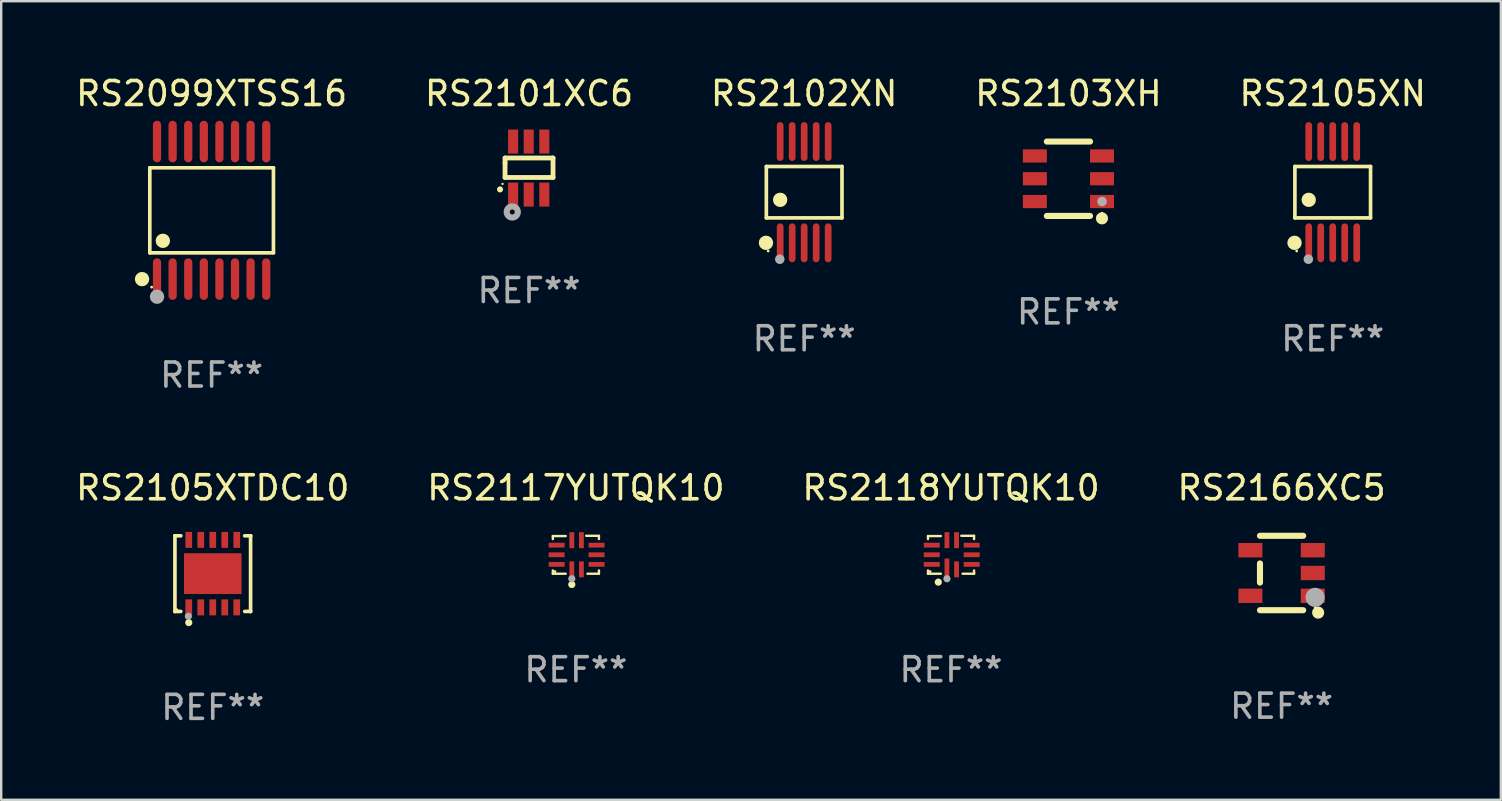
<source format=kicad_pcb>
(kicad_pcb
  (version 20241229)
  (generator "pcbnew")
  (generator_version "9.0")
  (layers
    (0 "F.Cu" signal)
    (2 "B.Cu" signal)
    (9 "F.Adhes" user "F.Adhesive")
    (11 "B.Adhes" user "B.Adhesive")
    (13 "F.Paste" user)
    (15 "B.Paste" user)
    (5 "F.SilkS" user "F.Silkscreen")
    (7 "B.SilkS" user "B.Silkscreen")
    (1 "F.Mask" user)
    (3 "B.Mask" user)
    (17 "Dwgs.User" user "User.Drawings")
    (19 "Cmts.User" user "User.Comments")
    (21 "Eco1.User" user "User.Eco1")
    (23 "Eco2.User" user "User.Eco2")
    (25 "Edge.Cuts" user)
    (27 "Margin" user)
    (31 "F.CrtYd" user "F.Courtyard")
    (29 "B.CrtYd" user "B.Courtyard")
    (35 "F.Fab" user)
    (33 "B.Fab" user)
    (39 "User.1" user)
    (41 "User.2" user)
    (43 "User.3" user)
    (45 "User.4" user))
  (footprint "RS2099XTSS16"
    (layer "F.Cu")
    (at 5.768 5.714)
    (property "Reference" "RS2099XTSS16" (at 0 -4.866 0) (layer "F.SilkS") (effects (font (size 1 1) (thickness 0.15))))
    (attr through_hole)
    (fp_line (start -2.576 -1.772) (end 2.576 -1.772) (stroke (width 0.152) (type solid)) (layer "F.SilkS"))
    (fp_line (start -2.576 1.771) (end -2.576 -1.772) (stroke (width 0.152) (type solid)) (layer "F.SilkS"))
    (fp_line (start 2.576 -1.772) (end 2.576 1.771) (stroke (width 0.152) (type solid)) (layer "F.SilkS"))
    (fp_line (start 2.576 1.771) (end -2.576 1.771) (stroke (width 0.152) (type solid)) (layer "F.SilkS"))
    (fp_circle (center -2.899 2.866) (end -2.749 2.866) (stroke (width 0.3) (type solid)) (fill no) (layer "F.SilkS"))
    (fp_circle (center -2.5 3.2) (end -2.47 3.2) (stroke (width 0.06) (type solid)) (fill no) (layer "F.SilkS"))
    (fp_circle (center -2.032 1.27) (end -1.882 1.27) (stroke (width 0.3) (type solid)) (fill no) (layer "F.SilkS"))
    (fp_circle (center -2.275 3.6) (end -2.125 3.6) (stroke (width 0.3) (type solid)) (fill no) (layer "F.Fab"))
    (fp_text user "REF**" (at 0 6.866 0) (layer "F.Fab") (effects (font (size 1 1) (thickness 0.15))))
    (pad "1" smd oval (at -2.275 2.866) (size 0.343 1.731) (layers "F.Cu" "F.Mask" "F.Paste"))
    (pad "2" smd oval (at -1.625 2.866) (size 0.343 1.731) (layers "F.Cu" "F.Mask" "F.Paste"))
    (pad "3" smd oval (at -0.975 2.866) (size 0.343 1.731) (layers "F.Cu" "F.Mask" "F.Paste"))
    (pad "4" smd oval (at -0.325 2.866) (size 0.343 1.731) (layers "F.Cu" "F.Mask" "F.Paste"))
    (pad "5" smd oval (at 0.325 2.866) (size 0.343 1.731) (layers "F.Cu" "F.Mask" "F.Paste"))
    (pad "6" smd oval (at 0.975 2.866) (size 0.343 1.731) (layers "F.Cu" "F.Mask" "F.Paste"))
    (pad "7" smd oval (at 1.625 2.866) (size 0.343 1.731) (layers "F.Cu" "F.Mask" "F.Paste"))
    (pad "8" smd oval (at 2.275 2.866) (size 0.343 1.731) (layers "F.Cu" "F.Mask" "F.Paste"))
    (pad "9" smd oval (at 2.275 -2.866) (size 0.343 1.731) (layers "F.Cu" "F.Mask" "F.Paste"))
    (pad "10" smd oval (at 1.625 -2.866) (size 0.343 1.731) (layers "F.Cu" "F.Mask" "F.Paste"))
    (pad "11" smd oval (at 0.975 -2.866) (size 0.343 1.731) (layers "F.Cu" "F.Mask" "F.Paste"))
    (pad "12" smd oval (at 0.325 -2.866) (size 0.343 1.731) (layers "F.Cu" "F.Mask" "F.Paste"))
    (pad "13" smd oval (at -0.325 -2.866) (size 0.343 1.731) (layers "F.Cu" "F.Mask" "F.Paste"))
    (pad "14" smd oval (at -0.975 -2.866) (size 0.343 1.731) (layers "F.Cu" "F.Mask" "F.Paste"))
    (pad "15" smd oval (at -1.625 -2.866) (size 0.343 1.731) (layers "F.Cu" "F.Mask" "F.Paste"))
    (pad "16" smd oval (at -2.275 -2.866) (size 0.343 1.731) (layers "F.Cu" "F.Mask" "F.Paste")))
  (footprint "RS2117YUTQK10"
    (layer "F.Cu")
    (at 20.946 20.066)
    (property "Reference" "RS2117YUTQK10" (at 0 -2.79 0) (layer "F.SilkS") (effects (font (size 1 1) (thickness 0.15))))
    (attr through_hole)
    (fp_line (start -0.96 -0.78) (end -0.424 -0.78) (stroke (width 0.1) (type solid)) (layer "F.SilkS"))
    (fp_line (start -0.96 -0.654) (end -0.96 -0.78) (stroke (width 0.1) (type solid)) (layer "F.SilkS"))
    (fp_line (start -0.96 0.79) (end -0.96 0.654) (stroke (width 0.1) (type solid)) (layer "F.SilkS"))
    (fp_line (start -0.424 0.79) (end -0.96 0.79) (stroke (width 0.1) (type solid)) (layer "F.SilkS"))
    (fp_line (start 0.43 -0.79) (end 0.96 -0.79) (stroke (width 0.1) (type solid)) (layer "F.SilkS"))
    (fp_line (start 0.96 -0.79) (end 0.96 -0.654) (stroke (width 0.1) (type solid)) (layer "F.SilkS"))
    (fp_line (start 0.96 0.654) (end 0.96 0.76) (stroke (width 0.1) (type solid)) (layer "F.SilkS"))
    (fp_line (start 0.96 0.76) (end 0.96 0.79) (stroke (width 0.1) (type solid)) (layer "F.SilkS"))
    (fp_line (start 0.96 0.79) (end 0.484 0.79) (stroke (width 0.1) (type solid)) (layer "F.SilkS"))
    (fp_circle (center -0.87 0.7) (end -0.84 0.7) (stroke (width 0.06) (type solid)) (fill no) (layer "F.SilkS"))
    (fp_circle (center -0.17 1.24) (end -0.095 1.24) (stroke (width 0.15) (type solid)) (fill no) (layer "F.SilkS"))
    (fp_circle (center -0.17 1) (end -0.095 1) (stroke (width 0.15) (type solid)) (fill no) (layer "F.Fab"))
    (fp_text user "REF**" (at 0 4.79 0) (layer "F.Fab") (effects (font (size 1 1) (thickness 0.15))))
    (pad "1" smd rect (at -0.17 0.608) (size 0.2 0.665) (layers "F.Cu" "F.Mask" "F.Paste"))
    (pad "2" smd rect (at 0.23 0.608) (size 0.2 0.665) (layers "F.Cu" "F.Mask" "F.Paste"))
    (pad "3" smd rect (at 0.862 0.4) (size 0.665 0.2) (layers "F.Cu" "F.Mask" "F.Paste"))
    (pad "4" smd rect (at 0.862 0) (size 0.665 0.2) (layers "F.Cu" "F.Mask" "F.Paste"))
    (pad "5" smd rect (at 0.862 -0.4) (size 0.665 0.2) (layers "F.Cu" "F.Mask" "F.Paste"))
    (pad "6" smd rect (at 0.23 -0.608) (size 0.2 0.665) (layers "F.Cu" "F.Mask" "F.Paste"))
    (pad "7" smd rect (at -0.17 -0.608) (size 0.2 0.665) (layers "F.Cu" "F.Mask" "F.Paste"))
    (pad "8" smd rect (at -0.802 -0.4) (size 0.665 0.2) (layers "F.Cu" "F.Mask" "F.Paste"))
    (pad "9" smd rect (at -0.802 0) (size 0.665 0.2) (layers "F.Cu" "F.Mask" "F.Paste"))
    (pad "10" smd rect (at -0.802 0.4) (size 0.665 0.2) (layers "F.Cu" "F.Mask" "F.Paste")))
  (footprint "RS2118YUTQK10"
    (layer "F.Cu")
    (at 36.577 20.066)
    (property "Reference" "RS2118YUTQK10" (at 0 -2.79 0) (layer "F.SilkS") (effects (font (size 1 1) (thickness 0.15))))
    (attr through_hole)
    (fp_line (start -0.96 -0.78) (end -0.424 -0.78) (stroke (width 0.1) (type solid)) (layer "F.SilkS"))
    (fp_line (start -0.96 -0.654) (end -0.96 -0.78) (stroke (width 0.1) (type solid)) (layer "F.SilkS"))
    (fp_line (start -0.96 0.79) (end -0.96 0.654) (stroke (width 0.1) (type solid)) (layer "F.SilkS"))
    (fp_line (start -0.424 0.79) (end -0.96 0.79) (stroke (width 0.1) (type solid)) (layer "F.SilkS"))
    (fp_line (start 0.43 -0.79) (end 0.96 -0.79) (stroke (width 0.1) (type solid)) (layer "F.SilkS"))
    (fp_line (start 0.96 -0.79) (end 0.96 -0.654) (stroke (width 0.1) (type solid)) (layer "F.SilkS"))
    (fp_line (start 0.96 0.654) (end 0.96 0.76) (stroke (width 0.1) (type solid)) (layer "F.SilkS"))
    (fp_line (start 0.96 0.76) (end 0.96 0.79) (stroke (width 0.1) (type solid)) (layer "F.SilkS"))
    (fp_line (start 0.96 0.79) (end 0.484 0.79) (stroke (width 0.1) (type solid)) (layer "F.SilkS"))
    (fp_circle (center -0.87 0.7) (end -0.84 0.7) (stroke (width 0.06) (type solid)) (fill no) (layer "F.SilkS"))
    (fp_circle (center -0.53 1.14) (end -0.455 1.14) (stroke (width 0.15) (type solid)) (fill no) (layer "F.SilkS"))
    (fp_circle (center -0.17 1) (end -0.095 1) (stroke (width 0.15) (type solid)) (fill no) (layer "F.Fab"))
    (fp_text user "REF**" (at 0 4.79 0) (layer "F.Fab") (effects (font (size 1 1) (thickness 0.15))))
    (pad "1" smd rect (at -0.17 0.608) (size 0.2 0.9) (layers "F.Cu" "F.Mask" "F.Paste"))
    (pad "2" smd rect (at 0.23 0.608) (size 0.2 0.665) (layers "F.Cu" "F.Mask" "F.Paste"))
    (pad "3" smd rect (at 0.862 0.4) (size 0.665 0.2) (layers "F.Cu" "F.Mask" "F.Paste"))
    (pad "4" smd rect (at 0.862 0) (size 0.665 0.2) (layers "F.Cu" "F.Mask" "F.Paste"))
    (pad "5" smd rect (at 0.862 -0.4) (size 0.665 0.2) (layers "F.Cu" "F.Mask" "F.Paste"))
    (pad "6" smd rect (at 0.23 -0.608) (size 0.2 0.665) (layers "F.Cu" "F.Mask" "F.Paste"))
    (pad "7" smd rect (at -0.17 -0.608) (size 0.2 0.665) (layers "F.Cu" "F.Mask" "F.Paste"))
    (pad "8" smd rect (at -0.802 -0.4) (size 0.665 0.2) (layers "F.Cu" "F.Mask" "F.Paste"))
    (pad "9" smd rect (at -0.802 0) (size 0.665 0.2) (layers "F.Cu" "F.Mask" "F.Paste"))
    (pad "10" smd rect (at -0.802 0.4) (size 0.665 0.2) (layers "F.Cu" "F.Mask" "F.Paste")))
  (footprint "RS2103XH"
    (layer "F.Cu")
    (at 41.47 4.398)
    (property "Reference" "RS2103XH" (at 0 -3.55 0) (layer "F.SilkS") (effects (font (size 1 1) (thickness 0.15))))
    (attr through_hole)
    (fp_line (start -0.9 -1.55) (end 0.9 -1.55) (stroke (width 0.254) (type solid)) (layer "F.SilkS"))
    (fp_line (start -0.9 1.55) (end 0.9 1.55) (stroke (width 0.254) (type solid)) (layer "F.SilkS"))
    (fp_circle (center 1.397 1.651) (end 1.524 1.651) (stroke (width 0.254) (type solid)) (fill no) (layer "F.SilkS"))
    (fp_circle (center 1.4 1.435) (end 1.43 1.435) (stroke (width 0.06) (type solid)) (fill no) (layer "F.SilkS"))
    (fp_circle (center 1.4 0.95) (end 1.5 0.95) (stroke (width 0.2) (type solid)) (fill no) (layer "F.Fab"))
    (fp_text user "REF**" (at 0 5.55 0) (layer "F.Fab") (effects (font (size 1 1) (thickness 0.15))))
    (pad "1" smd rect (at 1.4 0.95) (size 1 0.55) (layers "F.Cu" "F.Mask" "F.Paste"))
    (pad "2" smd rect (at 1.4 -0.000102) (size 1 0.55) (layers "F.Cu" "F.Mask" "F.Paste"))
    (pad "3" smd rect (at 1.4 -0.95) (size 1 0.55) (layers "F.Cu" "F.Mask" "F.Paste"))
    (pad "4" smd rect (at -1.4 -0.95) (size 1 0.55) (layers "F.Cu" "F.Mask" "F.Paste"))
    (pad "5" smd rect (at -1.4 -0.000102) (size 1 0.55) (layers "F.Cu" "F.Mask" "F.Paste"))
    (pad "6" smd rect (at -1.4 0.95) (size 1 0.55) (layers "F.Cu" "F.Mask" "F.Paste")))
  (footprint "RS2101XC6"
    (layer "F.Cu")
    (at 18.994 3.953)
    (property "Reference" "RS2101XC6" (at 0 -3.105 0) (layer "F.SilkS") (effects (font (size 1 1) (thickness 0.15))))
    (attr through_hole)
    (fp_line (start -1 -0.419) (end -1 -0.213) (stroke (width 0.2) (type solid)) (layer "F.SilkS"))
    (fp_line (start -1 -0.213) (end -1 0.393) (stroke (width 0.2) (type solid)) (layer "F.SilkS"))
    (fp_line (start -1 0.393) (end 1 0.393) (stroke (width 0.2) (type solid)) (layer "F.SilkS"))
    (fp_line (start 1 -0.419) (end -1 -0.419) (stroke (width 0.2) (type solid)) (layer "F.SilkS"))
    (fp_line (start 1 0.393) (end 1 -0.419) (stroke (width 0.2) (type solid)) (layer "F.SilkS"))
    (fp_arc (start -1.208509 0.890272) (mid -1.208515 0.889002) (end -1.208509 0.887732) (stroke (width 0.25) (type solid)) (layer "F.SilkS"))
    (fp_circle (center -1.105 0.66) (end -1.08 0.66) (stroke (width 0.05) (type solid)) (fill no) (layer "F.SilkS"))
    (fp_circle (center -0.699 1.829) (end -0.594 1.829) (stroke (width 0.254) (type solid)) (fill no) (layer "F.Fab"))
    (fp_text user "REF**" (at 0 5.105 0) (layer "F.Fab") (effects (font (size 1 1) (thickness 0.15))))
    (pad "1" smd rect (at -0.663 1.105) (size 0.42 1) (layers "F.Cu" "F.Mask" "F.Paste"))
    (pad "2" smd rect (at -0.013 1.105) (size 0.42 1) (layers "F.Cu" "F.Mask" "F.Paste"))
    (pad "3" smd rect (at 0.637 1.105) (size 0.42 1) (layers "F.Cu" "F.Mask" "F.Paste"))
    (pad "4" smd rect (at 0.637 -1.105 180) (size 0.42 1) (layers "F.Cu" "F.Mask" "F.Paste"))
    (pad "5" smd rect (at -0.013 -1.105 180) (size 0.42 1) (layers "F.Cu" "F.Mask" "F.Paste"))
    (pad "6" smd rect (at -0.663 -1.105 180) (size 0.42 1) (layers "F.Cu" "F.Mask" "F.Paste")))
  (footprint "RS2102XN"
    (layer "F.Cu")
    (at 30.458 4.958)
    (property "Reference" "RS2102XN" (at 0 -4.11 0) (layer "F.SilkS") (effects (font (size 1 1) (thickness 0.15))))
    (attr through_hole)
    (fp_line (start -1.576 -1.071) (end 1.576 -1.071) (stroke (width 0.152) (type solid)) (layer "F.SilkS"))
    (fp_line (start -1.576 1.071) (end -1.576 -1.071) (stroke (width 0.152) (type solid)) (layer "F.SilkS"))
    (fp_line (start 1.576 -1.071) (end 1.576 1.071) (stroke (width 0.152) (type solid)) (layer "F.SilkS"))
    (fp_line (start 1.576 1.071) (end -1.576 1.071) (stroke (width 0.152) (type solid)) (layer "F.SilkS"))
    (fp_circle (center -1.592 2.11) (end -1.442 2.11) (stroke (width 0.3) (type solid)) (fill no) (layer "F.SilkS"))
    (fp_circle (center -1.5 2.45) (end -1.47 2.45) (stroke (width 0.06) (type solid)) (fill no) (layer "F.SilkS"))
    (fp_circle (center -1 0.319) (end -0.85 0.319) (stroke (width 0.3) (type solid)) (fill no) (layer "F.SilkS"))
    (fp_circle (center -1.016 2.794) (end -0.916 2.794) (stroke (width 0.2) (type solid)) (fill no) (layer "F.Fab"))
    (fp_text user "REF**" (at 0 6.11 0) (layer "F.Fab") (effects (font (size 1 1) (thickness 0.15))))
    (pad "1" smd oval (at -1 2.11) (size 0.28 1.62) (layers "F.Cu" "F.Mask" "F.Paste"))
    (pad "2" smd oval (at -0.5 2.11) (size 0.28 1.62) (layers "F.Cu" "F.Mask" "F.Paste"))
    (pad "3" smd oval (at 0 2.11) (size 0.28 1.62) (layers "F.Cu" "F.Mask" "F.Paste"))
    (pad "4" smd oval (at 0.5 2.11) (size 0.28 1.62) (layers "F.Cu" "F.Mask" "F.Paste"))
    (pad "5" smd oval (at 1 2.11) (size 0.28 1.62) (layers "F.Cu" "F.Mask" "F.Paste"))
    (pad "6" smd oval (at 1 -2.11) (size 0.28 1.62) (layers "F.Cu" "F.Mask" "F.Paste"))
    (pad "7" smd oval (at 0.5 -2.11) (size 0.28 1.62) (layers "F.Cu" "F.Mask" "F.Paste"))
    (pad "8" smd oval (at 0 -2.11) (size 0.28 1.62) (layers "F.Cu" "F.Mask" "F.Paste"))
    (pad "9" smd oval (at -0.5 -2.11) (size 0.28 1.62) (layers "F.Cu" "F.Mask" "F.Paste"))
    (pad "10" smd oval (at -1 -2.11) (size 0.28 1.62) (layers "F.Cu" "F.Mask" "F.Paste")))
  (footprint "RS2105XTDC10"
    (layer "F.Cu")
    (at 5.815 20.852)
    (property "Reference" "RS2105XTDC10" (at 0 -3.576 0) (layer "F.SilkS") (effects (font (size 1 1) (thickness 0.15))))
    (attr through_hole)
    (fp_line (start -1.576 -1.576) (end -1.576 -1.576) (stroke (width 0.152) (type solid)) (layer "F.SilkS"))
    (fp_line (start -1.576 -1.576) (end -1.331 -1.576) (stroke (width 0.152) (type solid)) (layer "F.SilkS"))
    (fp_line (start -1.576 1.576) (end -1.576 -1.576) (stroke (width 0.152) (type solid)) (layer "F.SilkS"))
    (fp_line (start -1.576 1.576) (end -1.576 1.576) (stroke (width 0.152) (type solid)) (layer "F.SilkS"))
    (fp_line (start -1.331 1.576) (end -1.576 1.576) (stroke (width 0.152) (type solid)) (layer "F.SilkS"))
    (fp_line (start 1.331 1.576) (end 1.576 1.576) (stroke (width 0.152) (type solid)) (layer "F.SilkS"))
    (fp_line (start 1.576 -1.576) (end 1.331 -1.576) (stroke (width 0.152) (type solid)) (layer "F.SilkS"))
    (fp_line (start 1.576 -1.576) (end 1.576 -1.576) (stroke (width 0.152) (type solid)) (layer "F.SilkS"))
    (fp_line (start 1.576 1.576) (end 1.576 -1.576) (stroke (width 0.152) (type solid)) (layer "F.SilkS"))
    (fp_line (start 1.576 1.576) (end 1.576 1.576) (stroke (width 0.152) (type solid)) (layer "F.SilkS"))
    (fp_circle (center -1.5 1.5) (end -1.47 1.5) (stroke (width 0.06) (type solid)) (fill no) (layer "F.SilkS"))
    (fp_circle (center -1 2.04) (end -0.925 2.04) (stroke (width 0.15) (type solid)) (fill no) (layer "F.SilkS"))
    (fp_circle (center -1.016 1.778) (end -0.941 1.778) (stroke (width 0.15) (type solid)) (fill no) (layer "F.Fab"))
    (fp_text user "REF**" (at 0 5.576 0) (layer "F.Fab") (effects (font (size 1 1) (thickness 0.15))))
    (pad "1" smd rect (at -1 1.407) (size 0.28 0.665) (layers "F.Cu" "F.Mask" "F.Paste"))
    (pad "2" smd rect (at -0.5 1.407) (size 0.28 0.665) (layers "F.Cu" "F.Mask" "F.Paste"))
    (pad "3" smd rect (at 0 1.407) (size 0.28 0.665) (layers "F.Cu" "F.Mask" "F.Paste"))
    (pad "4" smd rect (at 0.5 1.407) (size 0.28 0.665) (layers "F.Cu" "F.Mask" "F.Paste"))
    (pad "5" smd rect (at 1 1.407) (size 0.28 0.665) (layers "F.Cu" "F.Mask" "F.Paste"))
    (pad "6" smd rect (at 1 -1.407) (size 0.28 0.665) (layers "F.Cu" "F.Mask" "F.Paste"))
    (pad "7" smd rect (at 0.5 -1.407) (size 0.28 0.665) (layers "F.Cu" "F.Mask" "F.Paste"))
    (pad "8" smd rect (at 0 -1.407) (size 0.28 0.665) (layers "F.Cu" "F.Mask" "F.Paste"))
    (pad "9" smd rect (at -0.5 -1.407) (size 0.28 0.665) (layers "F.Cu" "F.Mask" "F.Paste"))
    (pad "10" smd rect (at -1 -1.407) (size 0.28 0.665) (layers "F.Cu" "F.Mask" "F.Paste"))
    (pad "11" smd rect (at 0 0) (size 2.4 1.7) (layers "F.Cu" "F.Mask" "F.Paste")))
  (footprint "RS2166XC5"
    (layer "F.Cu")
    (at 50.351 20.826)
    (property "Reference" "RS2166XC5" (at 0 -3.55 0) (layer "F.SilkS") (effects (font (size 1 1) (thickness 0.15))))
    (attr through_hole)
    (fp_line (start -0.9 -1.55) (end 0.9 -1.55) (stroke (width 0.254) (type solid)) (layer "F.SilkS"))
    (fp_line (start -0.9 0.4) (end -0.9 -0.4) (stroke (width 0.254) (type solid)) (layer "F.SilkS"))
    (fp_line (start -0.9 1.55) (end 0.9 1.55) (stroke (width 0.254) (type solid)) (layer "F.SilkS"))
    (fp_circle (center 1.4 1.45) (end 1.43 1.45) (stroke (width 0.06) (type solid)) (fill no) (layer "F.SilkS"))
    (fp_circle (center 1.524 1.651) (end 1.651 1.651) (stroke (width 0.254) (type solid)) (fill no) (layer "F.SilkS"))
    (fp_circle (center 1.397 1.016) (end 1.597 1.016) (stroke (width 0.4) (type solid)) (fill no) (layer "F.Fab"))
    (fp_text user "REF**" (at 0 5.55 0) (layer "F.Fab") (effects (font (size 1 1) (thickness 0.15))))
    (pad "1" smd rect (at 1.3 0.95) (size 1 0.6) (layers "F.Cu" "F.Mask" "F.Paste"))
    (pad "2" smd rect (at 1.3 -0.000051) (size 1 0.6) (layers "F.Cu" "F.Mask" "F.Paste"))
    (pad "3" smd rect (at 1.3 -0.95) (size 1 0.6) (layers "F.Cu" "F.Mask" "F.Paste"))
    (pad "4" smd rect (at -1.3 -0.95) (size 1 0.6) (layers "F.Cu" "F.Mask" "F.Paste"))
    (pad "5" smd rect (at -1.3 0.95) (size 1 0.6) (layers "F.Cu" "F.Mask" "F.Paste")))
  (footprint "RS2105XN"
    (layer "F.Cu")
    (at 52.482 4.958)
    (property "Reference" "RS2105XN" (at 0 -4.11 0) (layer "F.SilkS") (effects (font (size 1 1) (thickness 0.15))))
    (attr through_hole)
    (fp_line (start -1.576 -1.071) (end 1.576 -1.071) (stroke (width 0.152) (type solid)) (layer "F.SilkS"))
    (fp_line (start -1.576 1.071) (end -1.576 -1.071) (stroke (width 0.152) (type solid)) (layer "F.SilkS"))
    (fp_line (start 1.576 -1.071) (end 1.576 1.071) (stroke (width 0.152) (type solid)) (layer "F.SilkS"))
    (fp_line (start 1.576 1.071) (end -1.576 1.071) (stroke (width 0.152) (type solid)) (layer "F.SilkS"))
    (fp_circle (center -1.592 2.11) (end -1.442 2.11) (stroke (width 0.3) (type solid)) (fill no) (layer "F.SilkS"))
    (fp_circle (center -1.5 2.45) (end -1.47 2.45) (stroke (width 0.06) (type solid)) (fill no) (layer "F.SilkS"))
    (fp_circle (center -1 0.319) (end -0.85 0.319) (stroke (width 0.3) (type solid)) (fill no) (layer "F.SilkS"))
    (fp_circle (center -1.016 2.794) (end -0.916 2.794) (stroke (width 0.2) (type solid)) (fill no) (layer "F.Fab"))
    (fp_text user "REF**" (at 0 6.11 0) (layer "F.Fab") (effects (font (size 1 1) (thickness 0.15))))
    (pad "1" smd oval (at -1 2.11) (size 0.28 1.62) (layers "F.Cu" "F.Mask" "F.Paste"))
    (pad "2" smd oval (at -0.5 2.11) (size 0.28 1.62) (layers "F.Cu" "F.Mask" "F.Paste"))
    (pad "3" smd oval (at 0 2.11) (size 0.28 1.62) (layers "F.Cu" "F.Mask" "F.Paste"))
    (pad "4" smd oval (at 0.5 2.11) (size 0.28 1.62) (layers "F.Cu" "F.Mask" "F.Paste"))
    (pad "5" smd oval (at 1 2.11) (size 0.28 1.62) (layers "F.Cu" "F.Mask" "F.Paste"))
    (pad "6" smd oval (at 1 -2.11) (size 0.28 1.62) (layers "F.Cu" "F.Mask" "F.Paste"))
    (pad "7" smd oval (at 0.5 -2.11) (size 0.28 1.62) (layers "F.Cu" "F.Mask" "F.Paste"))
    (pad "8" smd oval (at 0 -2.11) (size 0.28 1.62) (layers "F.Cu" "F.Mask" "F.Paste"))
    (pad "9" smd oval (at -0.5 -2.11) (size 0.28 1.62) (layers "F.Cu" "F.Mask" "F.Paste"))
    (pad "10" smd oval (at -1 -2.11) (size 0.28 1.62) (layers "F.Cu" "F.Mask" "F.Paste")))
  (gr_rect
    (start -3 -3)
    (end 59.488 30.277)
    (stroke (width 0.1) (type default))
    (fill no)
    (layer "Edge.Cuts")))
</source>
